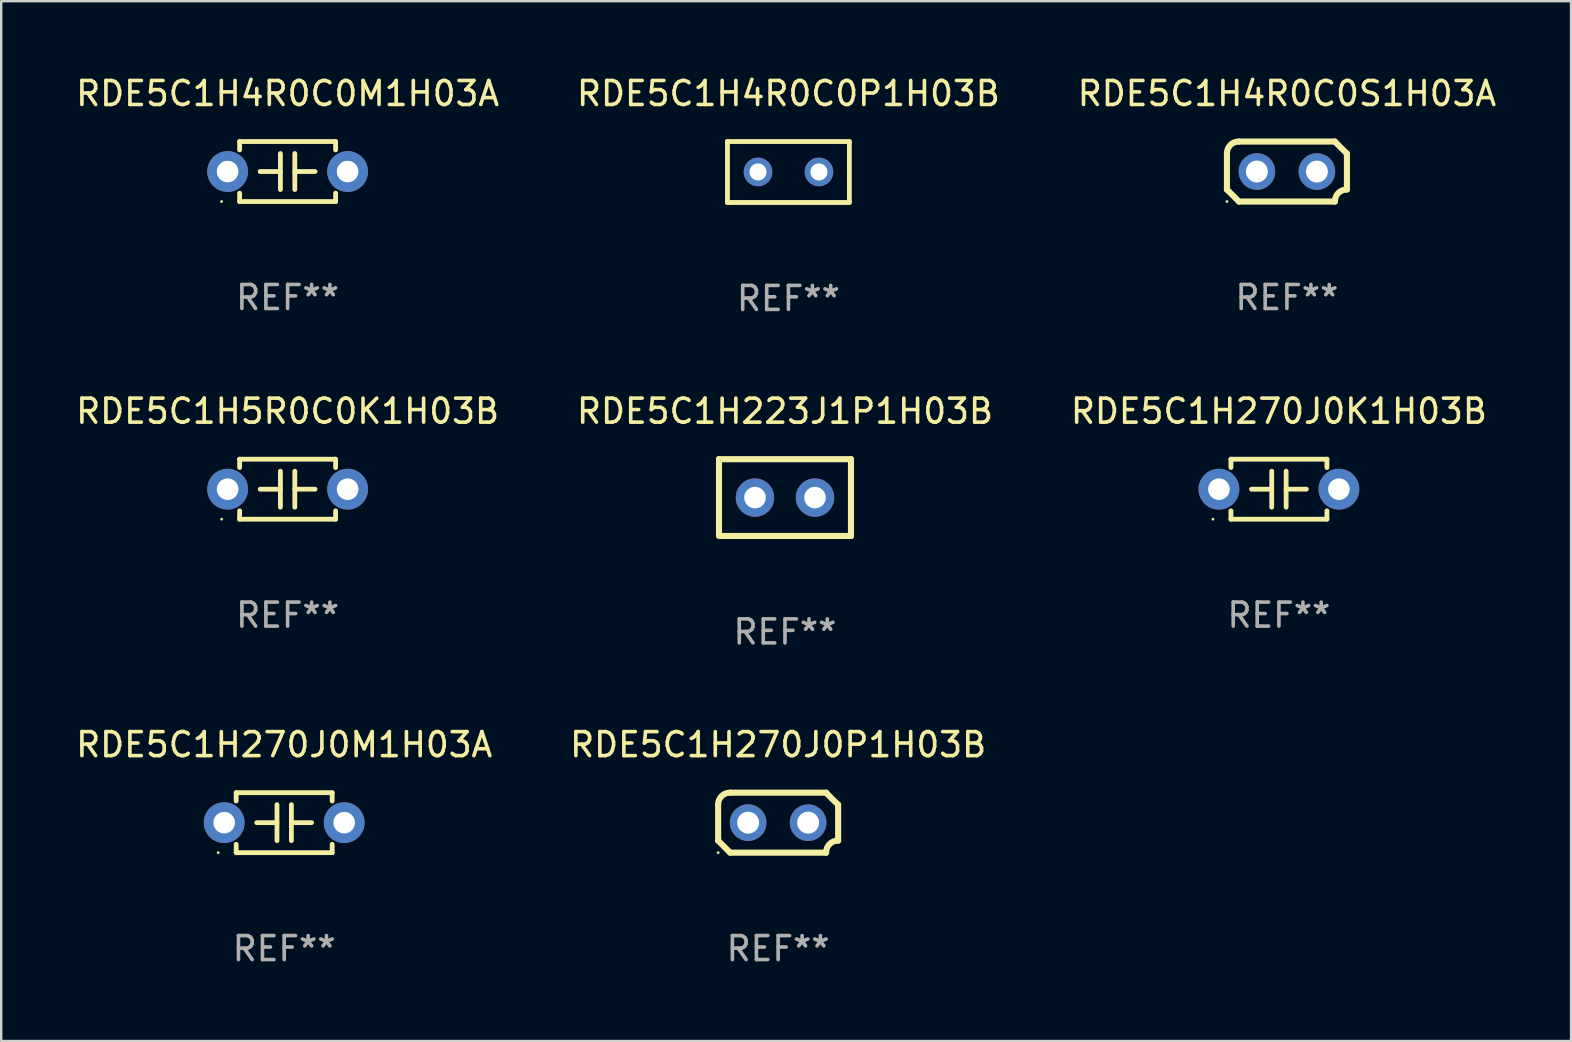
<source format=kicad_pcb>
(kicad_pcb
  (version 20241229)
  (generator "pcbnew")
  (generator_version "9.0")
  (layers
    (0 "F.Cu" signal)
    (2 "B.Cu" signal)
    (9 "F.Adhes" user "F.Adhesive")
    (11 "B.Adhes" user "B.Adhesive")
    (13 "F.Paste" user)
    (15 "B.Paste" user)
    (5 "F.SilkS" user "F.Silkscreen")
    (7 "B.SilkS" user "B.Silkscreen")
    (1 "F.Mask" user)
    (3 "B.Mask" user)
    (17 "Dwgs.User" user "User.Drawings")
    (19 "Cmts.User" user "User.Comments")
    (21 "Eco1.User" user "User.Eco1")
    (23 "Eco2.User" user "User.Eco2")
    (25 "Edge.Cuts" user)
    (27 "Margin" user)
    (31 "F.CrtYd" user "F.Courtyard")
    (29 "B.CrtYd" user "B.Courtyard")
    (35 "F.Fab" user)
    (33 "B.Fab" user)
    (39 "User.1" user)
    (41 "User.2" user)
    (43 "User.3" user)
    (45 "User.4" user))
  (footprint "RDE5C1H5R0C0K1H03B"
    (layer "F.Cu")
    (at 8.935 17.335)
    (property "Reference" "RDE5C1H5R0C0K1H03B" (at 0 -3.25 0) (layer "F.SilkS") (effects (font (size 1 1) (thickness 0.15))))
    (attr through_hole)
    (fp_line (start -2 -1.25) (end -2 -0.901) (stroke (width 0.2) (type solid)) (layer "F.SilkS"))
    (fp_line (start -2 -1.25) (end 2 -1.25) (stroke (width 0.2) (type solid)) (layer "F.SilkS"))
    (fp_line (start -2 0.901) (end -2 1.25) (stroke (width 0.2) (type solid)) (layer "F.SilkS"))
    (fp_line (start -0.3 -0.75) (end -0.3 0.75) (stroke (width 0.2) (type solid)) (layer "F.SilkS"))
    (fp_line (start -0.3 0.001) (end -1.143 0.001) (stroke (width 0.2) (type solid)) (layer "F.SilkS"))
    (fp_line (start 0.3 -0.001) (end 1.143 -0.001) (stroke (width 0.2) (type solid)) (layer "F.SilkS"))
    (fp_line (start 0.3 0.75) (end 0.3 -0.75) (stroke (width 0.2) (type solid)) (layer "F.SilkS"))
    (fp_line (start 2 -1.25) (end 2 -0.901) (stroke (width 0.2) (type solid)) (layer "F.SilkS"))
    (fp_line (start 2 0.901) (end 2 1.25) (stroke (width 0.2) (type solid)) (layer "F.SilkS"))
    (fp_line (start 2 1.25) (end -2 1.25) (stroke (width 0.2) (type solid)) (layer "F.SilkS"))
    (fp_circle (center -2.75 1.25) (end -2.72 1.25) (stroke (width 0.06) (type solid)) (fill no) (layer "F.SilkS"))
    (fp_text user "REF**" (at 0 5.25 0) (layer "F.Fab") (effects (font (size 1 1) (thickness 0.15))))
    (pad "1" thru_hole circle (at -2.5 0) (size 1.7 1.7) (drill 0.9) (layers "*.Cu" "*.Mask"))
    (pad "2" thru_hole circle (at 2.5 0) (size 1.7 1.7) (drill 0.9) (layers "*.Cu" "*.Mask")))
  (footprint "RDE5C1H4R0C0S1H03A"
    (layer "F.Cu")
    (at 50.577 4.098)
    (property "Reference" "RDE5C1H4R0C0S1H03A" (at 0 -3.25 0) (layer "F.SilkS") (effects (font (size 1 1) (thickness 0.15))))
    (attr through_hole)
    (fp_line (start -2.5 -0.75) (end -2.5 0.75) (stroke (width 0.254) (type solid)) (layer "F.SilkS"))
    (fp_line (start -2 -1.25) (end 2 -1.25) (stroke (width 0.254) (type solid)) (layer "F.SilkS"))
    (fp_line (start 2 1.25) (end -2 1.25) (stroke (width 0.254) (type solid)) (layer "F.SilkS"))
    (fp_line (start 2.5 0.75) (end 2.5 -0.75) (stroke (width 0.254) (type solid)) (layer "F.SilkS"))
    (fp_arc (start -2.5 0.749962) (mid -2.249559 0.999558) (end -1.99929 1.249325) (stroke (width 0.254001) (type solid)) (layer "F.SilkS"))
    (fp_arc (start -2.499366 -0.749302) (mid -2.356411 -1.106098) (end -2 -1.250013) (stroke (width 0.254001) (type solid)) (layer "F.SilkS"))
    (fp_arc (start 2 1.250013) (mid 2.142747 0.89301) (end 2.499364 0.749302) (stroke (width 0.254001) (type solid)) (layer "F.SilkS"))
    (fp_arc (start 2.5 -0.749962) (mid 2.245609 -0.995598) (end 1.999289 -1.249327) (stroke (width 0.254001) (type solid)) (layer "F.SilkS"))
    (fp_circle (center -2.5 1.25) (end -2.47 1.25) (stroke (width 0.06) (type solid)) (fill no) (layer "F.SilkS"))
    (fp_text user "REF**" (at 0 5.25 0) (layer "F.Fab") (effects (font (size 1 1) (thickness 0.15))))
    (pad "1" thru_hole circle (at -1.25 0) (size 1.524 1.524) (drill 0.914) (layers "*.Cu" "*.Mask"))
    (pad "2" thru_hole circle (at 1.25 0) (size 1.524 1.524) (drill 0.914) (layers "*.Cu" "*.Mask")))
  (footprint "RDE5C1H270J0M1H03A"
    (layer "F.Cu")
    (at 8.792 31.231)
    (property "Reference" "RDE5C1H270J0M1H03A" (at 0 -3.25 0) (layer "F.SilkS") (effects (font (size 1 1) (thickness 0.15))))
    (attr through_hole)
    (fp_line (start -2 -1.25) (end -2 -0.901) (stroke (width 0.2) (type solid)) (layer "F.SilkS"))
    (fp_line (start -2 -1.25) (end 2 -1.25) (stroke (width 0.2) (type solid)) (layer "F.SilkS"))
    (fp_line (start -2 0.901) (end -2 1.25) (stroke (width 0.2) (type solid)) (layer "F.SilkS"))
    (fp_line (start -0.3 -0.75) (end -0.3 0.75) (stroke (width 0.2) (type solid)) (layer "F.SilkS"))
    (fp_line (start -0.3 0.001) (end -1.143 0.001) (stroke (width 0.2) (type solid)) (layer "F.SilkS"))
    (fp_line (start 0.3 -0.001) (end 1.143 -0.001) (stroke (width 0.2) (type solid)) (layer "F.SilkS"))
    (fp_line (start 0.3 0.75) (end 0.3 -0.75) (stroke (width 0.2) (type solid)) (layer "F.SilkS"))
    (fp_line (start 2 -1.25) (end 2 -0.901) (stroke (width 0.2) (type solid)) (layer "F.SilkS"))
    (fp_line (start 2 0.901) (end 2 1.25) (stroke (width 0.2) (type solid)) (layer "F.SilkS"))
    (fp_line (start 2 1.25) (end -2 1.25) (stroke (width 0.2) (type solid)) (layer "F.SilkS"))
    (fp_circle (center -2.75 1.25) (end -2.72 1.25) (stroke (width 0.06) (type solid)) (fill no) (layer "F.SilkS"))
    (fp_text user "REF**" (at 0 5.25 0) (layer "F.Fab") (effects (font (size 1 1) (thickness 0.15))))
    (pad "1" thru_hole circle (at -2.5 0) (size 1.7 1.7) (drill 0.9) (layers "*.Cu" "*.Mask"))
    (pad "2" thru_hole circle (at 2.5 0) (size 1.7 1.7) (drill 0.9) (layers "*.Cu" "*.Mask")))
  (footprint "RDE5C1H223J1P1H03B"
    (layer "F.Cu")
    (at 29.661 17.685)
    (property "Reference" "RDE5C1H223J1P1H03B" (at 0 -3.6 0) (layer "F.SilkS") (effects (font (size 1 1) (thickness 0.15))))
    (attr through_hole)
    (fp_line (start -2.75 -1.6) (end -2.75 -1.01) (stroke (width 0.254) (type solid)) (layer "F.SilkS"))
    (fp_line (start -2.75 -1.6) (end 2.75 -1.6) (stroke (width 0.254) (type solid)) (layer "F.SilkS"))
    (fp_line (start -2.75 -1.01) (end -2.75 1.01) (stroke (width 0.254) (type solid)) (layer "F.SilkS"))
    (fp_line (start -2.75 1.01) (end -2.75 1.524) (stroke (width 0.254) (type solid)) (layer "F.SilkS"))
    (fp_line (start -2.75 1.6) (end 2.75 1.6) (stroke (width 0.254) (type solid)) (layer "F.SilkS"))
    (fp_line (start 2.75 -1.6) (end 2.75 -1.01) (stroke (width 0.254) (type solid)) (layer "F.SilkS"))
    (fp_line (start 2.75 -1.01) (end 2.75 1.01) (stroke (width 0.254) (type solid)) (layer "F.SilkS"))
    (fp_line (start 2.75 1.01) (end 2.75 1.6) (stroke (width 0.254) (type solid)) (layer "F.SilkS"))
    (fp_circle (center -2.75 1.6) (end -2.72 1.6) (stroke (width 0.06) (type solid)) (fill no) (layer "F.SilkS"))
    (fp_text user "REF**" (at 0 5.6 0) (layer "F.Fab") (effects (font (size 1 1) (thickness 0.15))))
    (pad "1" thru_hole circle (at -1.25 0) (size 1.6 1.6) (drill 0.9) (layers "*.Cu" "*.Mask"))
    (pad "2" thru_hole circle (at 1.25 0) (size 1.6 1.6) (drill 0.9) (layers "*.Cu" "*.Mask")))
  (footprint "RDE5C1H4R0C0M1H03A"
    (layer "F.Cu")
    (at 8.935 4.098)
    (property "Reference" "RDE5C1H4R0C0M1H03A" (at 0 -3.25 0) (layer "F.SilkS") (effects (font (size 1 1) (thickness 0.15))))
    (attr through_hole)
    (fp_line (start -2 -1.25) (end -2 -0.901) (stroke (width 0.2) (type solid)) (layer "F.SilkS"))
    (fp_line (start -2 -1.25) (end 2 -1.25) (stroke (width 0.2) (type solid)) (layer "F.SilkS"))
    (fp_line (start -2 0.901) (end -2 1.25) (stroke (width 0.2) (type solid)) (layer "F.SilkS"))
    (fp_line (start -0.3 -0.75) (end -0.3 0.75) (stroke (width 0.2) (type solid)) (layer "F.SilkS"))
    (fp_line (start -0.3 0.001) (end -1.143 0.001) (stroke (width 0.2) (type solid)) (layer "F.SilkS"))
    (fp_line (start 0.3 -0.001) (end 1.143 -0.001) (stroke (width 0.2) (type solid)) (layer "F.SilkS"))
    (fp_line (start 0.3 0.75) (end 0.3 -0.75) (stroke (width 0.2) (type solid)) (layer "F.SilkS"))
    (fp_line (start 2 -1.25) (end 2 -0.901) (stroke (width 0.2) (type solid)) (layer "F.SilkS"))
    (fp_line (start 2 0.901) (end 2 1.25) (stroke (width 0.2) (type solid)) (layer "F.SilkS"))
    (fp_line (start 2 1.25) (end -2 1.25) (stroke (width 0.2) (type solid)) (layer "F.SilkS"))
    (fp_circle (center -2.75 1.25) (end -2.72 1.25) (stroke (width 0.06) (type solid)) (fill no) (layer "F.SilkS"))
    (fp_text user "REF**" (at 0 5.25 0) (layer "F.Fab") (effects (font (size 1 1) (thickness 0.15))))
    (pad "1" thru_hole circle (at -2.5 0) (size 1.7 1.7) (drill 0.9) (layers "*.Cu" "*.Mask"))
    (pad "2" thru_hole circle (at 2.5 0) (size 1.7 1.7) (drill 0.9) (layers "*.Cu" "*.Mask")))
  (footprint "RDE5C1H270J0P1H03B"
    (layer "F.Cu")
    (at 29.375 31.231)
    (property "Reference" "RDE5C1H270J0P1H03B" (at 0 -3.25 0) (layer "F.SilkS") (effects (font (size 1 1) (thickness 0.15))))
    (attr through_hole)
    (fp_line (start -2.5 -0.75) (end -2.5 0.75) (stroke (width 0.254) (type solid)) (layer "F.SilkS"))
    (fp_line (start -2 -1.25) (end 2 -1.25) (stroke (width 0.254) (type solid)) (layer "F.SilkS"))
    (fp_line (start 2 1.25) (end -2 1.25) (stroke (width 0.254) (type solid)) (layer "F.SilkS"))
    (fp_line (start 2.5 0.75) (end 2.5 -0.75) (stroke (width 0.254) (type solid)) (layer "F.SilkS"))
    (fp_arc (start -2.5 0.749962) (mid -2.249559 0.999558) (end -1.99929 1.249325) (stroke (width 0.254001) (type solid)) (layer "F.SilkS"))
    (fp_arc (start -2.499366 -0.749302) (mid -2.356411 -1.106098) (end -2 -1.250013) (stroke (width 0.254001) (type solid)) (layer "F.SilkS"))
    (fp_arc (start 2 1.250013) (mid 2.142747 0.89301) (end 2.499364 0.749302) (stroke (width 0.254001) (type solid)) (layer "F.SilkS"))
    (fp_arc (start 2.5 -0.749962) (mid 2.245609 -0.995598) (end 1.999289 -1.249327) (stroke (width 0.254001) (type solid)) (layer "F.SilkS"))
    (fp_circle (center -2.5 1.25) (end -2.47 1.25) (stroke (width 0.06) (type solid)) (fill no) (layer "F.SilkS"))
    (fp_text user "REF**" (at 0 5.25 0) (layer "F.Fab") (effects (font (size 1 1) (thickness 0.15))))
    (pad "1" thru_hole circle (at -1.25 0) (size 1.524 1.524) (drill 0.914) (layers "*.Cu" "*.Mask"))
    (pad "2" thru_hole circle (at 1.25 0) (size 1.524 1.524) (drill 0.914) (layers "*.Cu" "*.Mask")))
  (footprint "RDE5C1H4R0C0P1H03B"
    (layer "F.Cu")
    (at 29.804 4.118)
    (property "Reference" "RDE5C1H4R0C0P1H03B" (at 0 -3.27 0) (layer "F.SilkS") (effects (font (size 1 1) (thickness 0.15))))
    (attr through_hole)
    (fp_line (start -2.54 -1.27) (end -2.54 1.27) (stroke (width 0.201) (type solid)) (layer "F.SilkS"))
    (fp_line (start -2.54 1.27) (end 2.54 1.27) (stroke (width 0.201) (type solid)) (layer "F.SilkS"))
    (fp_line (start 2.54 -1.27) (end -2.54 -1.27) (stroke (width 0.201) (type solid)) (layer "F.SilkS"))
    (fp_line (start 2.54 1.27) (end 2.54 -1.27) (stroke (width 0.201) (type solid)) (layer "F.SilkS"))
    (fp_circle (center -2.497 1.247) (end -2.467 1.247) (stroke (width 0.06) (type solid)) (fill no) (layer "F.SilkS"))
    (fp_text user "REF**" (at 0 5.27 0) (layer "F.Fab") (effects (font (size 1 1) (thickness 0.15))))
    (pad "1" thru_hole circle (at -1.267 -0.003) (size 1.194 1.194) (drill 0.711) (layers "*.Cu" "*.Mask"))
    (pad "2" thru_hole circle (at 1.273 -0.003) (size 1.194 1.194) (drill 0.711) (layers "*.Cu" "*.Mask")))
  (footprint "RDE5C1H270J0K1H03B"
    (layer "F.Cu")
    (at 50.244 17.335)
    (property "Reference" "RDE5C1H270J0K1H03B" (at 0 -3.25 0) (layer "F.SilkS") (effects (font (size 1 1) (thickness 0.15))))
    (attr through_hole)
    (fp_line (start -2 -1.25) (end -2 -0.901) (stroke (width 0.2) (type solid)) (layer "F.SilkS"))
    (fp_line (start -2 -1.25) (end 2 -1.25) (stroke (width 0.2) (type solid)) (layer "F.SilkS"))
    (fp_line (start -2 0.901) (end -2 1.25) (stroke (width 0.2) (type solid)) (layer "F.SilkS"))
    (fp_line (start -0.3 -0.75) (end -0.3 0.75) (stroke (width 0.2) (type solid)) (layer "F.SilkS"))
    (fp_line (start -0.3 0.001) (end -1.143 0.001) (stroke (width 0.2) (type solid)) (layer "F.SilkS"))
    (fp_line (start 0.3 -0.001) (end 1.143 -0.001) (stroke (width 0.2) (type solid)) (layer "F.SilkS"))
    (fp_line (start 0.3 0.75) (end 0.3 -0.75) (stroke (width 0.2) (type solid)) (layer "F.SilkS"))
    (fp_line (start 2 -1.25) (end 2 -0.901) (stroke (width 0.2) (type solid)) (layer "F.SilkS"))
    (fp_line (start 2 0.901) (end 2 1.25) (stroke (width 0.2) (type solid)) (layer "F.SilkS"))
    (fp_line (start 2 1.25) (end -2 1.25) (stroke (width 0.2) (type solid)) (layer "F.SilkS"))
    (fp_circle (center -2.75 1.25) (end -2.72 1.25) (stroke (width 0.06) (type solid)) (fill no) (layer "F.SilkS"))
    (fp_text user "REF**" (at 0 5.25 0) (layer "F.Fab") (effects (font (size 1 1) (thickness 0.15))))
    (pad "1" thru_hole circle (at -2.5 0) (size 1.7 1.7) (drill 0.9) (layers "*.Cu" "*.Mask"))
    (pad "2" thru_hole circle (at 2.5 0) (size 1.7 1.7) (drill 0.9) (layers "*.Cu" "*.Mask")))
  (gr_rect
    (start -3 -3)
    (end 62.417 40.33)
    (stroke (width 0.1) (type default))
    (fill no)
    (layer "Edge.Cuts")))
</source>
